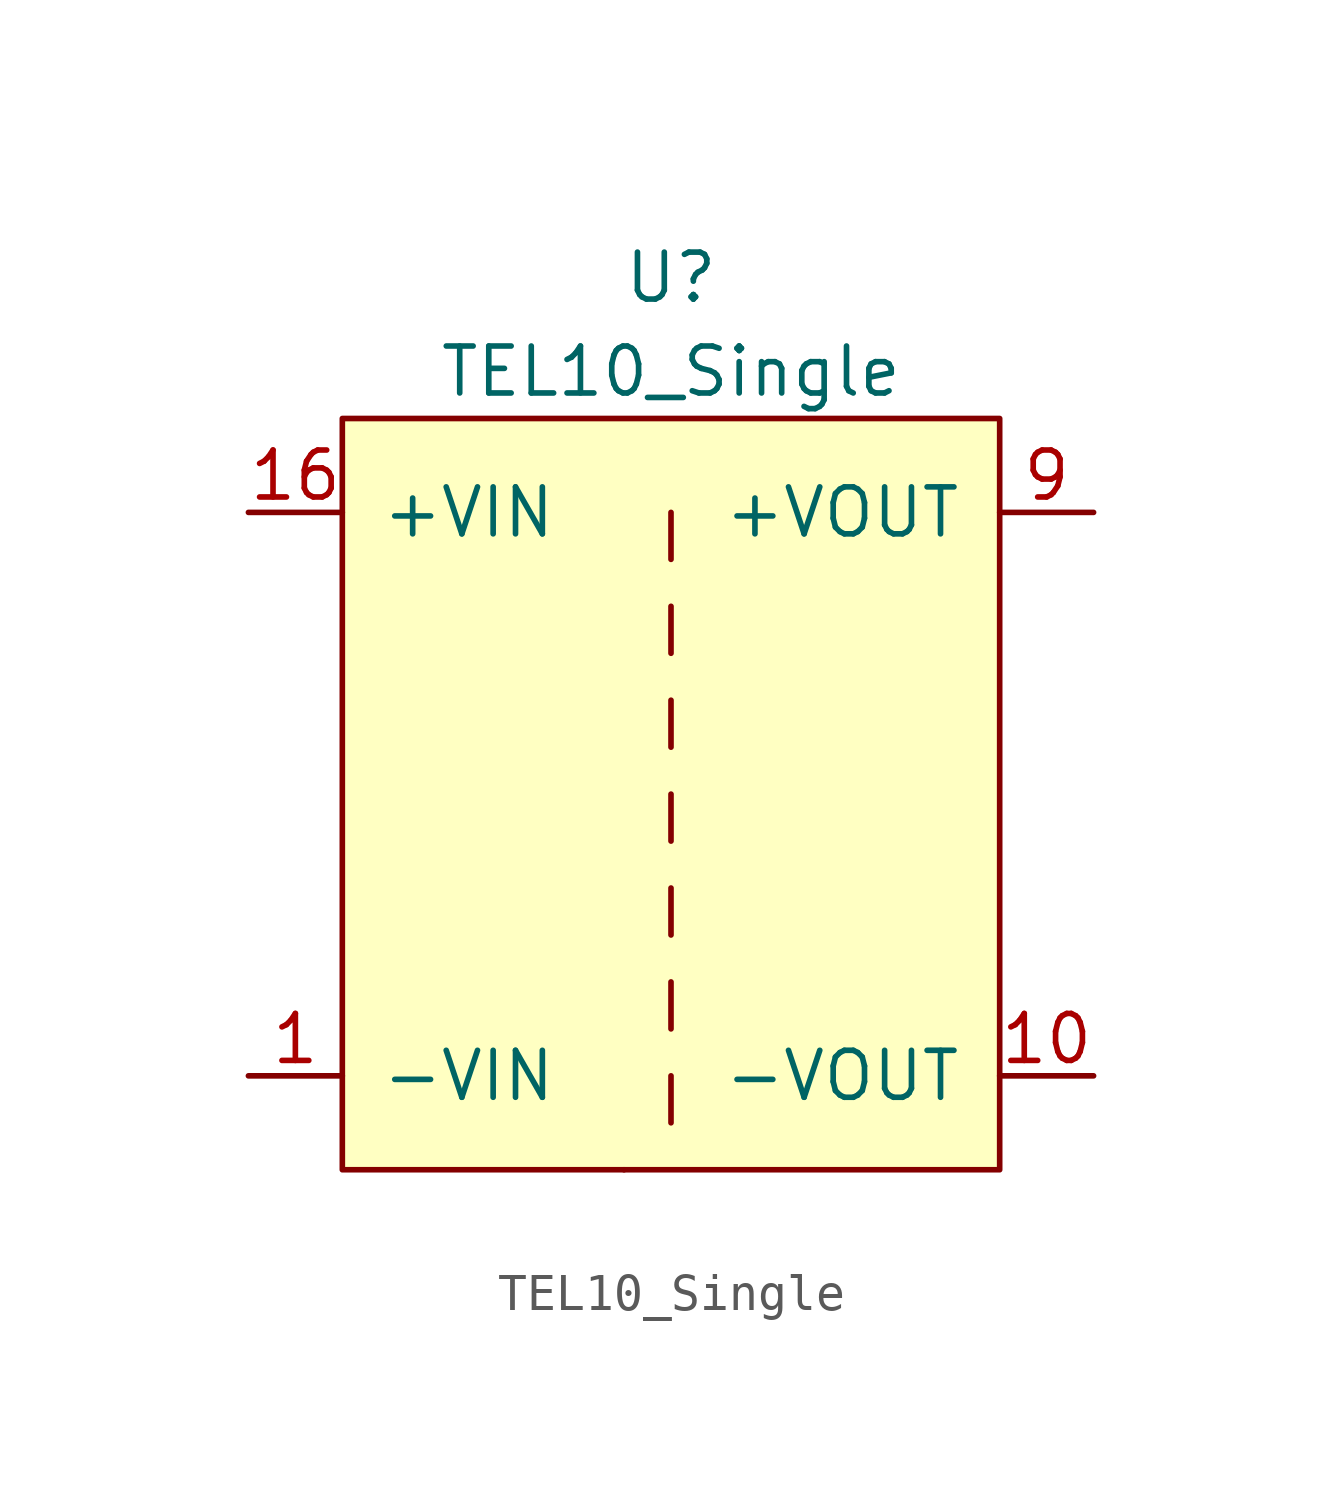
<source format=kicad_sym>
(kicad_symbol_lib
  (version 20220914)
  (generator kicad_symbol_editor)
  (symbol "TEL10_Single"
    (pin_names
      (offset 1.016))
    (property "Reference" "U"
      (at 0 13.97 0)
      (effects (font (size 1.27 1.27))))
    (property "Value" "TEL10_Single"
      (at 0 11.43 0)
      (effects (font (size 1.27 1.27))))
    (symbol "TEL10_Single_0_1"
      (rectangle (start -1.27 -10.16) (end -1.27 -10.16) (stroke (width 0) (type solid)) (fill (type none)))
      (polyline (pts (xy 0 -7.62) (xy 0 -8.89)) (stroke (width 0) (type solid)) (fill (type none)))
      (polyline (pts (xy 0 -5.08) (xy 0 -6.35)) (stroke (width 0) (type solid)) (fill (type none)))
      (polyline (pts (xy 0 -2.54) (xy 0 -3.81)) (stroke (width 0) (type solid)) (fill (type none)))
      (polyline (pts (xy 0 0) (xy 0 -1.27)) (stroke (width 0) (type solid)) (fill (type none)))
      (polyline (pts (xy 0 2.54) (xy 0 1.27)) (stroke (width 0) (type solid)) (fill (type none)))
      (polyline (pts (xy 0 5.08) (xy 0 3.81)) (stroke (width 0) (type solid)) (fill (type none)))
      (polyline (pts (xy 0 7.62) (xy 0 6.35)) (stroke (width 0) (type solid)) (fill (type none)))
      (rectangle (start 8.89 10.16) (end -8.89 -10.16) (stroke (width 0) (type solid)) (fill (type background))))
    (symbol "TEL10_Single_1_1"
      (pin passive line (at -11.43 -7.62 0) (length 2.54) (name "-VIN" (effects (font (size 1.27 1.27)))) (number "1" (effects (font (size 1.27 1.27)))))
      (pin passive line (at 11.43 -7.62 180) (length 2.54) (name "-VOUT" (effects (font (size 1.27 1.27)))) (number "10" (effects (font (size 1.27 1.27)))))
      (pin passive line (at -11.43 7.62 0) (length 2.54) (name "+VIN" (effects (font (size 1.27 1.27)))) (number "16" (effects (font (size 1.27 1.27)))))
      (pin passive line (at 11.43 7.62 180) (length 2.54) (name "+VOUT" (effects (font (size 1.27 1.27)))) (number "9" (effects (font (size 1.27 1.27))))))))
</source>
